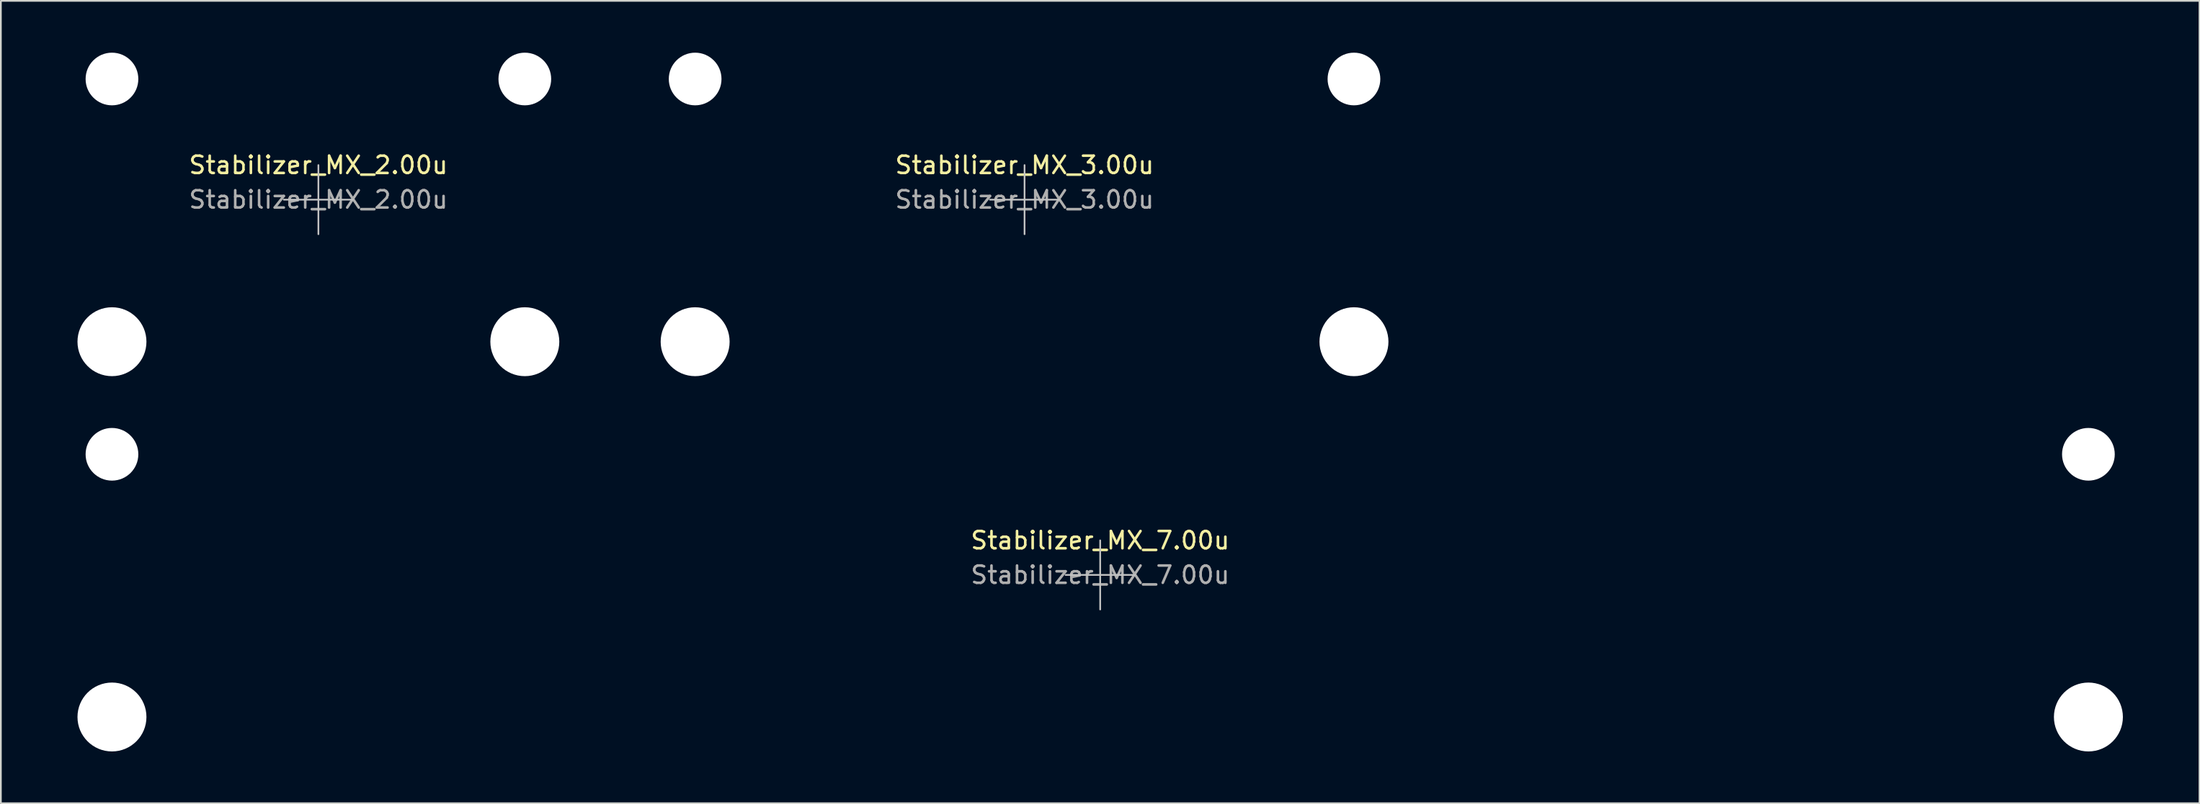
<source format=kicad_pcb>
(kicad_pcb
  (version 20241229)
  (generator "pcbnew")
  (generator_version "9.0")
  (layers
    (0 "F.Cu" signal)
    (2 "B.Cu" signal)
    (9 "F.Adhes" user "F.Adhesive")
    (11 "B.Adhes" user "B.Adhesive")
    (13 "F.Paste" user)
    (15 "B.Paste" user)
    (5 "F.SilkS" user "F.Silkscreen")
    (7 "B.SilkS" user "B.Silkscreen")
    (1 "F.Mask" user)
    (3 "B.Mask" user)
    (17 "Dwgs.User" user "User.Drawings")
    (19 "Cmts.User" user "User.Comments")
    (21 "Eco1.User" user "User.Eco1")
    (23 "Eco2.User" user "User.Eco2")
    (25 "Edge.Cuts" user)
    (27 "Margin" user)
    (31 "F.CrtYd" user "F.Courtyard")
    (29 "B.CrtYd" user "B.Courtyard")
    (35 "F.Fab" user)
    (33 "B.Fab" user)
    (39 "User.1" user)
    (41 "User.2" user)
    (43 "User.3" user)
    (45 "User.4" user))
  (footprint "Stabilizer_MX_2.00u"
    (layer "F.Cu")
    (at 15.363 8.509)
    (property "Reference" "Stabilizer_MX_2.00u" (at 0 -2 0) (layer "F.SilkS") (effects (font (size 1 1) (thickness 0.15))))
    (attr exclude_from_pos_files exclude_from_bom)
    (fp_line (start -2 0) (end 2 0) (stroke (width 0.1) (type solid)) (layer "Dwgs.User"))
    (fp_line (start 0 2) (end 0 -2) (stroke (width 0.1) (type solid)) (layer "Dwgs.User"))
    (fp_line (start -15.313 -5.53) (end -15.313 6.77) (stroke (width 0.1) (type solid)) (layer "Eco1.User"))
    (fp_line (start -15.313 6.77) (end -8.563 6.77) (stroke (width 0.1) (type solid)) (layer "Eco1.User"))
    (fp_line (start -8.563 -5.53) (end -15.313 -5.53) (stroke (width 0.1) (type solid)) (layer "Eco1.User"))
    (fp_line (start -8.563 6.77) (end -8.563 -5.53) (stroke (width 0.1) (type solid)) (layer "Eco1.User"))
    (fp_line (start 8.563 -5.53) (end 8.563 6.77) (stroke (width 0.1) (type solid)) (layer "Eco1.User"))
    (fp_line (start 8.563 6.77) (end 15.313 6.77) (stroke (width 0.1) (type solid)) (layer "Eco1.User"))
    (fp_line (start 15.313 -5.53) (end 8.563 -5.53) (stroke (width 0.1) (type solid)) (layer "Eco1.User"))
    (fp_line (start 15.313 6.77) (end 15.313 -5.53) (stroke (width 0.1) (type solid)) (layer "Eco1.User"))
    (fp_text user "${REFERENCE}" (at 0 0 0) (layer "F.Fab") (effects (font (size 1 1) (thickness 0.15))))
    (pad "" np_thru_hole circle (at -11.938 -6.985) (size 3.048 3.048) (drill 3.048) (layers "*.Cu" "*.Mask"))
    (pad "" np_thru_hole circle (at -11.938 8.225) (size 3.988 3.988) (drill 3.988) (layers "*.Cu" "*.Mask"))
    (pad "" np_thru_hole circle (at 11.938 -6.985) (size 3.048 3.048) (drill 3.048) (layers "*.Cu" "*.Mask"))
    (pad "" np_thru_hole circle (at 11.938 8.225) (size 3.988 3.988) (drill 3.988) (layers "*.Cu" "*.Mask")))
  (footprint "Stabilizer_MX_3.00u"
    (layer "F.Cu")
    (at 56.201 8.509)
    (property "Reference" "Stabilizer_MX_3.00u" (at 0 -2 0) (layer "F.SilkS") (effects (font (size 1 1) (thickness 0.15))))
    (attr exclude_from_pos_files exclude_from_bom)
    (fp_line (start -2 0) (end 2 0) (stroke (width 0.1) (type solid)) (layer "Dwgs.User"))
    (fp_line (start 0 2) (end 0 -2) (stroke (width 0.1) (type solid)) (layer "Dwgs.User"))
    (fp_line (start -22.425 -5.53) (end -22.425 6.77) (stroke (width 0.1) (type solid)) (layer "Eco1.User"))
    (fp_line (start -22.425 6.77) (end -15.675 6.77) (stroke (width 0.1) (type solid)) (layer "Eco1.User"))
    (fp_line (start -15.675 -5.53) (end -22.425 -5.53) (stroke (width 0.1) (type solid)) (layer "Eco1.User"))
    (fp_line (start -15.675 6.77) (end -15.675 -5.53) (stroke (width 0.1) (type solid)) (layer "Eco1.User"))
    (fp_line (start 15.675 -5.53) (end 15.675 6.77) (stroke (width 0.1) (type solid)) (layer "Eco1.User"))
    (fp_line (start 15.675 6.77) (end 22.425 6.77) (stroke (width 0.1) (type solid)) (layer "Eco1.User"))
    (fp_line (start 22.425 -5.53) (end 15.675 -5.53) (stroke (width 0.1) (type solid)) (layer "Eco1.User"))
    (fp_line (start 22.425 6.77) (end 22.425 -5.53) (stroke (width 0.1) (type solid)) (layer "Eco1.User"))
    (fp_text user "${REFERENCE}" (at 0 0 0) (layer "F.Fab") (effects (font (size 1 1) (thickness 0.15))))
    (pad "" np_thru_hole circle (at -19.05 -6.985) (size 3.048 3.048) (drill 3.048) (layers "*.Cu" "*.Mask"))
    (pad "" np_thru_hole circle (at -19.05 8.225) (size 3.988 3.988) (drill 3.988) (layers "*.Cu" "*.Mask"))
    (pad "" np_thru_hole circle (at 19.05 -6.985) (size 3.048 3.048) (drill 3.048) (layers "*.Cu" "*.Mask"))
    (pad "" np_thru_hole circle (at 19.05 8.225) (size 3.988 3.988) (drill 3.988) (layers "*.Cu" "*.Mask")))
  (footprint "Stabilizer_MX_7.00u"
    (layer "F.Cu")
    (at 60.575 30.237)
    (property "Reference" "Stabilizer_MX_7.00u" (at 0 -2 0) (layer "F.SilkS") (effects (font (size 1 1) (thickness 0.15))))
    (attr exclude_from_pos_files exclude_from_bom)
    (fp_line (start -2 0) (end 2 0) (stroke (width 0.1) (type solid)) (layer "Dwgs.User"))
    (fp_line (start 0 2) (end 0 -2) (stroke (width 0.1) (type solid)) (layer "Dwgs.User"))
    (fp_line (start -60.525 -5.53) (end -60.525 6.77) (stroke (width 0.1) (type solid)) (layer "Eco1.User"))
    (fp_line (start -60.525 6.77) (end -53.775 6.77) (stroke (width 0.1) (type solid)) (layer "Eco1.User"))
    (fp_line (start -53.775 -5.53) (end -60.525 -5.53) (stroke (width 0.1) (type solid)) (layer "Eco1.User"))
    (fp_line (start -53.775 6.77) (end -53.775 -5.53) (stroke (width 0.1) (type solid)) (layer "Eco1.User"))
    (fp_line (start 53.775 -5.53) (end 53.775 6.77) (stroke (width 0.1) (type solid)) (layer "Eco1.User"))
    (fp_line (start 53.775 6.77) (end 60.525 6.77) (stroke (width 0.1) (type solid)) (layer "Eco1.User"))
    (fp_line (start 60.525 -5.53) (end 53.775 -5.53) (stroke (width 0.1) (type solid)) (layer "Eco1.User"))
    (fp_line (start 60.525 6.77) (end 60.525 -5.53) (stroke (width 0.1) (type solid)) (layer "Eco1.User"))
    (fp_text user "${REFERENCE}" (at 0 0 0) (layer "F.Fab") (effects (font (size 1 1) (thickness 0.15))))
    (pad "" np_thru_hole circle (at -57.15 -6.985) (size 3.048 3.048) (drill 3.048) (layers "*.Cu" "*.Mask"))
    (pad "" np_thru_hole circle (at -57.15 8.225) (size 3.988 3.988) (drill 3.988) (layers "*.Cu" "*.Mask"))
    (pad "" np_thru_hole circle (at 57.15 -6.985) (size 3.048 3.048) (drill 3.048) (layers "*.Cu" "*.Mask"))
    (pad "" np_thru_hole circle (at 57.15 8.225) (size 3.988 3.988) (drill 3.988) (layers "*.Cu" "*.Mask")))
  (gr_rect
    (start -3 -3)
    (end 124.15 43.456)
    (stroke (width 0.1) (type default))
    (fill no)
    (layer "Edge.Cuts")))
</source>
